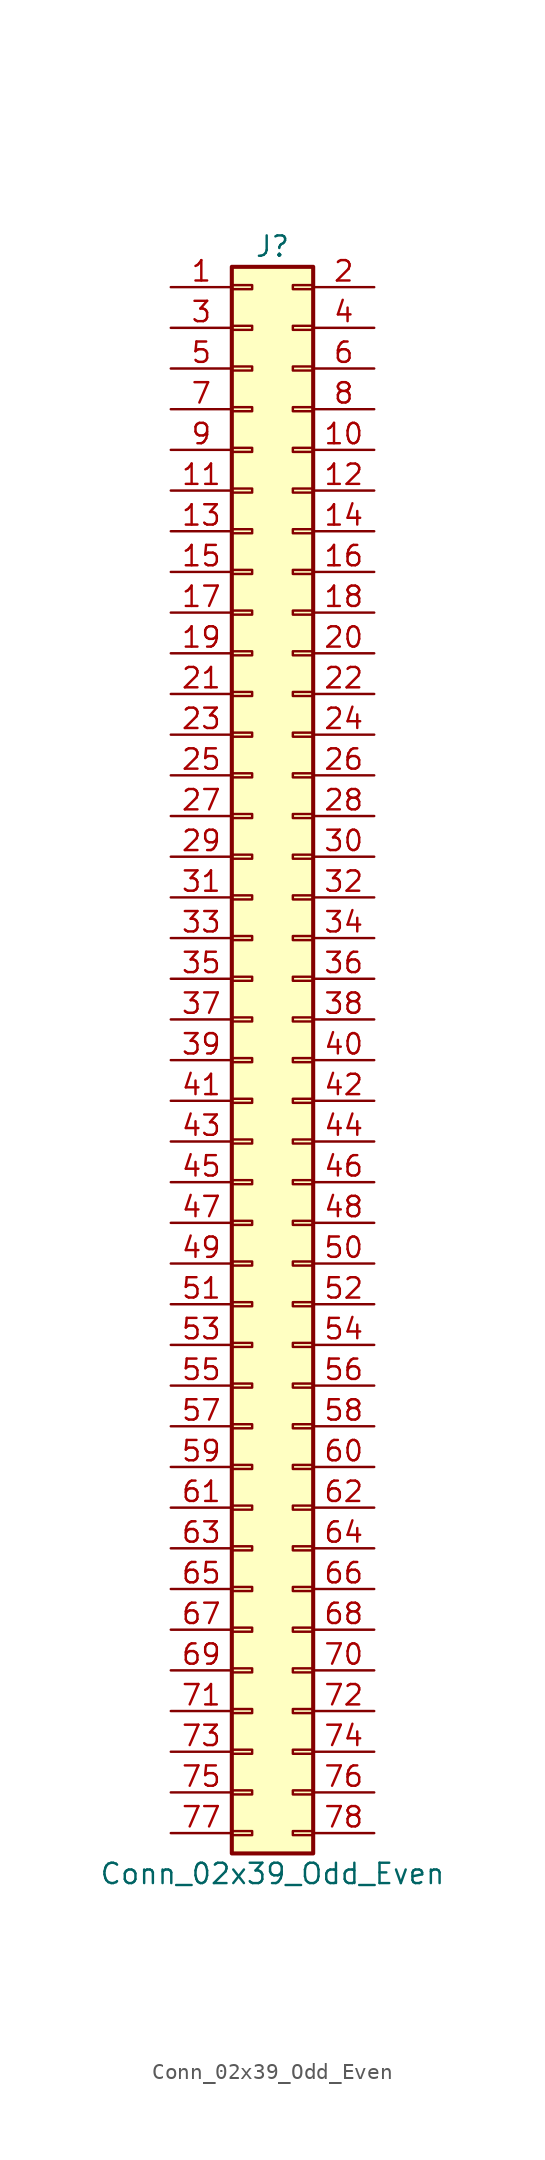
<source format=kicad_sym>
(kicad_symbol_lib
  (version 20201005)
  (generator kicad_symbol_editor)
  (symbol "Conn_02x39_Odd_Even"
    (pin_names
      (offset 1.016) hide)
    (property "Reference" "J"
      (at 1.27 50.8 0)
      (effects (font (size 1.27 1.27))))
    (property "Value" "Conn_02x39_Odd_Even"
      (at 1.27 -50.8 0)
      (effects (font (size 1.27 1.27))))
    (symbol "Conn_02x39_Odd_Even_1_1"
      (rectangle (start -1.27 -48.133) (end 0 -48.387) (stroke (width 0.152)) (fill (type none)))
      (rectangle (start -1.27 -45.593) (end 0 -45.847) (stroke (width 0.152)) (fill (type none)))
      (rectangle (start -1.27 -43.053) (end 0 -43.307) (stroke (width 0.152)) (fill (type none)))
      (rectangle (start -1.27 -40.513) (end 0 -40.767) (stroke (width 0.152)) (fill (type none)))
      (rectangle (start -1.27 -37.973) (end 0 -38.227) (stroke (width 0.152)) (fill (type none)))
      (rectangle (start -1.27 -35.433) (end 0 -35.687) (stroke (width 0.152)) (fill (type none)))
      (rectangle (start -1.27 -32.893) (end 0 -33.147) (stroke (width 0.152)) (fill (type none)))
      (rectangle (start -1.27 -30.353) (end 0 -30.607) (stroke (width 0.152)) (fill (type none)))
      (rectangle (start -1.27 -27.813) (end 0 -28.067) (stroke (width 0.152)) (fill (type none)))
      (rectangle (start -1.27 -25.273) (end 0 -25.527) (stroke (width 0.152)) (fill (type none)))
      (rectangle (start -1.27 -22.733) (end 0 -22.987) (stroke (width 0.152)) (fill (type none)))
      (rectangle (start -1.27 -20.193) (end 0 -20.447) (stroke (width 0.152)) (fill (type none)))
      (rectangle (start -1.27 -17.653) (end 0 -17.907) (stroke (width 0.152)) (fill (type none)))
      (rectangle (start -1.27 -15.113) (end 0 -15.367) (stroke (width 0.152)) (fill (type none)))
      (rectangle (start -1.27 -12.573) (end 0 -12.827) (stroke (width 0.152)) (fill (type none)))
      (rectangle (start -1.27 -10.033) (end 0 -10.287) (stroke (width 0.152)) (fill (type none)))
      (rectangle (start -1.27 -7.493) (end 0 -7.747) (stroke (width 0.152)) (fill (type none)))
      (rectangle (start -1.27 -4.953) (end 0 -5.207) (stroke (width 0.152)) (fill (type none)))
      (rectangle (start -1.27 -2.413) (end 0 -2.667) (stroke (width 0.152)) (fill (type none)))
      (rectangle (start -1.27 0.127) (end 0 -0.127) (stroke (width 0.152)) (fill (type none)))
      (rectangle (start -1.27 2.667) (end 0 2.413) (stroke (width 0.152)) (fill (type none)))
      (rectangle (start -1.27 5.207) (end 0 4.953) (stroke (width 0.152)) (fill (type none)))
      (rectangle (start -1.27 7.747) (end 0 7.493) (stroke (width 0.152)) (fill (type none)))
      (rectangle (start -1.27 10.287) (end 0 10.033) (stroke (width 0.152)) (fill (type none)))
      (rectangle (start -1.27 12.827) (end 0 12.573) (stroke (width 0.152)) (fill (type none)))
      (rectangle (start -1.27 15.367) (end 0 15.113) (stroke (width 0.152)) (fill (type none)))
      (rectangle (start -1.27 17.907) (end 0 17.653) (stroke (width 0.152)) (fill (type none)))
      (rectangle (start -1.27 20.447) (end 0 20.193) (stroke (width 0.152)) (fill (type none)))
      (rectangle (start -1.27 22.987) (end 0 22.733) (stroke (width 0.152)) (fill (type none)))
      (rectangle (start -1.27 25.527) (end 0 25.273) (stroke (width 0.152)) (fill (type none)))
      (rectangle (start -1.27 28.067) (end 0 27.813) (stroke (width 0.152)) (fill (type none)))
      (rectangle (start -1.27 30.607) (end 0 30.353) (stroke (width 0.152)) (fill (type none)))
      (rectangle (start -1.27 33.147) (end 0 32.893) (stroke (width 0.152)) (fill (type none)))
      (rectangle (start -1.27 35.687) (end 0 35.433) (stroke (width 0.152)) (fill (type none)))
      (rectangle (start -1.27 38.227) (end 0 37.973) (stroke (width 0.152)) (fill (type none)))
      (rectangle (start -1.27 40.767) (end 0 40.513) (stroke (width 0.152)) (fill (type none)))
      (rectangle (start -1.27 43.307) (end 0 43.053) (stroke (width 0.152)) (fill (type none)))
      (rectangle (start -1.27 45.847) (end 0 45.593) (stroke (width 0.152)) (fill (type none)))
      (rectangle (start -1.27 48.387) (end 0 48.133) (stroke (width 0.152)) (fill (type none)))
      (rectangle (start -1.27 49.53) (end 3.81 -49.53) (stroke (width 0.254)) (fill (type background)))
      (rectangle (start 3.81 -48.133) (end 2.54 -48.387) (stroke (width 0.152)) (fill (type none)))
      (rectangle (start 3.81 -45.593) (end 2.54 -45.847) (stroke (width 0.152)) (fill (type none)))
      (rectangle (start 3.81 -43.053) (end 2.54 -43.307) (stroke (width 0.152)) (fill (type none)))
      (rectangle (start 3.81 -40.513) (end 2.54 -40.767) (stroke (width 0.152)) (fill (type none)))
      (rectangle (start 3.81 -37.973) (end 2.54 -38.227) (stroke (width 0.152)) (fill (type none)))
      (rectangle (start 3.81 -35.433) (end 2.54 -35.687) (stroke (width 0.152)) (fill (type none)))
      (rectangle (start 3.81 -32.893) (end 2.54 -33.147) (stroke (width 0.152)) (fill (type none)))
      (rectangle (start 3.81 -30.353) (end 2.54 -30.607) (stroke (width 0.152)) (fill (type none)))
      (rectangle (start 3.81 -27.813) (end 2.54 -28.067) (stroke (width 0.152)) (fill (type none)))
      (rectangle (start 3.81 -25.273) (end 2.54 -25.527) (stroke (width 0.152)) (fill (type none)))
      (rectangle (start 3.81 -22.733) (end 2.54 -22.987) (stroke (width 0.152)) (fill (type none)))
      (rectangle (start 3.81 -20.193) (end 2.54 -20.447) (stroke (width 0.152)) (fill (type none)))
      (rectangle (start 3.81 -17.653) (end 2.54 -17.907) (stroke (width 0.152)) (fill (type none)))
      (rectangle (start 3.81 -15.113) (end 2.54 -15.367) (stroke (width 0.152)) (fill (type none)))
      (rectangle (start 3.81 -12.573) (end 2.54 -12.827) (stroke (width 0.152)) (fill (type none)))
      (rectangle (start 3.81 -10.033) (end 2.54 -10.287) (stroke (width 0.152)) (fill (type none)))
      (rectangle (start 3.81 -7.493) (end 2.54 -7.747) (stroke (width 0.152)) (fill (type none)))
      (rectangle (start 3.81 -4.953) (end 2.54 -5.207) (stroke (width 0.152)) (fill (type none)))
      (rectangle (start 3.81 -2.413) (end 2.54 -2.667) (stroke (width 0.152)) (fill (type none)))
      (rectangle (start 3.81 0.127) (end 2.54 -0.127) (stroke (width 0.152)) (fill (type none)))
      (rectangle (start 3.81 2.667) (end 2.54 2.413) (stroke (width 0.152)) (fill (type none)))
      (rectangle (start 3.81 5.207) (end 2.54 4.953) (stroke (width 0.152)) (fill (type none)))
      (rectangle (start 3.81 7.747) (end 2.54 7.493) (stroke (width 0.152)) (fill (type none)))
      (rectangle (start 3.81 10.287) (end 2.54 10.033) (stroke (width 0.152)) (fill (type none)))
      (rectangle (start 3.81 12.827) (end 2.54 12.573) (stroke (width 0.152)) (fill (type none)))
      (rectangle (start 3.81 15.367) (end 2.54 15.113) (stroke (width 0.152)) (fill (type none)))
      (rectangle (start 3.81 17.907) (end 2.54 17.653) (stroke (width 0.152)) (fill (type none)))
      (rectangle (start 3.81 20.447) (end 2.54 20.193) (stroke (width 0.152)) (fill (type none)))
      (rectangle (start 3.81 22.987) (end 2.54 22.733) (stroke (width 0.152)) (fill (type none)))
      (rectangle (start 3.81 25.527) (end 2.54 25.273) (stroke (width 0.152)) (fill (type none)))
      (rectangle (start 3.81 28.067) (end 2.54 27.813) (stroke (width 0.152)) (fill (type none)))
      (rectangle (start 3.81 30.607) (end 2.54 30.353) (stroke (width 0.152)) (fill (type none)))
      (rectangle (start 3.81 33.147) (end 2.54 32.893) (stroke (width 0.152)) (fill (type none)))
      (rectangle (start 3.81 35.687) (end 2.54 35.433) (stroke (width 0.152)) (fill (type none)))
      (rectangle (start 3.81 38.227) (end 2.54 37.973) (stroke (width 0.152)) (fill (type none)))
      (rectangle (start 3.81 40.767) (end 2.54 40.513) (stroke (width 0.152)) (fill (type none)))
      (rectangle (start 3.81 43.307) (end 2.54 43.053) (stroke (width 0.152)) (fill (type none)))
      (rectangle (start 3.81 45.847) (end 2.54 45.593) (stroke (width 0.152)) (fill (type none)))
      (rectangle (start 3.81 48.387) (end 2.54 48.133) (stroke (width 0.152)) (fill (type none)))
      (pin passive line (at -5.08 48.26 0) (length 3.81) (name "Pin_1" (effects (font (size 1.27 1.27)))) (number "1" (effects (font (size 1.27 1.27)))))
      (pin passive line (at 7.62 38.1 180) (length 3.81) (name "Pin_10" (effects (font (size 1.27 1.27)))) (number "10" (effects (font (size 1.27 1.27)))))
      (pin passive line (at -5.08 35.56 0) (length 3.81) (name "Pin_11" (effects (font (size 1.27 1.27)))) (number "11" (effects (font (size 1.27 1.27)))))
      (pin passive line (at 7.62 35.56 180) (length 3.81) (name "Pin_12" (effects (font (size 1.27 1.27)))) (number "12" (effects (font (size 1.27 1.27)))))
      (pin passive line (at -5.08 33.02 0) (length 3.81) (name "Pin_13" (effects (font (size 1.27 1.27)))) (number "13" (effects (font (size 1.27 1.27)))))
      (pin passive line (at 7.62 33.02 180) (length 3.81) (name "Pin_14" (effects (font (size 1.27 1.27)))) (number "14" (effects (font (size 1.27 1.27)))))
      (pin passive line (at -5.08 30.48 0) (length 3.81) (name "Pin_15" (effects (font (size 1.27 1.27)))) (number "15" (effects (font (size 1.27 1.27)))))
      (pin passive line (at 7.62 30.48 180) (length 3.81) (name "Pin_16" (effects (font (size 1.27 1.27)))) (number "16" (effects (font (size 1.27 1.27)))))
      (pin passive line (at -5.08 27.94 0) (length 3.81) (name "Pin_17" (effects (font (size 1.27 1.27)))) (number "17" (effects (font (size 1.27 1.27)))))
      (pin passive line (at 7.62 27.94 180) (length 3.81) (name "Pin_18" (effects (font (size 1.27 1.27)))) (number "18" (effects (font (size 1.27 1.27)))))
      (pin passive line (at -5.08 25.4 0) (length 3.81) (name "Pin_19" (effects (font (size 1.27 1.27)))) (number "19" (effects (font (size 1.27 1.27)))))
      (pin passive line (at 7.62 48.26 180) (length 3.81) (name "Pin_2" (effects (font (size 1.27 1.27)))) (number "2" (effects (font (size 1.27 1.27)))))
      (pin passive line (at 7.62 25.4 180) (length 3.81) (name "Pin_20" (effects (font (size 1.27 1.27)))) (number "20" (effects (font (size 1.27 1.27)))))
      (pin passive line (at -5.08 22.86 0) (length 3.81) (name "Pin_21" (effects (font (size 1.27 1.27)))) (number "21" (effects (font (size 1.27 1.27)))))
      (pin passive line (at 7.62 22.86 180) (length 3.81) (name "Pin_22" (effects (font (size 1.27 1.27)))) (number "22" (effects (font (size 1.27 1.27)))))
      (pin passive line (at -5.08 20.32 0) (length 3.81) (name "Pin_23" (effects (font (size 1.27 1.27)))) (number "23" (effects (font (size 1.27 1.27)))))
      (pin passive line (at 7.62 20.32 180) (length 3.81) (name "Pin_24" (effects (font (size 1.27 1.27)))) (number "24" (effects (font (size 1.27 1.27)))))
      (pin passive line (at -5.08 17.78 0) (length 3.81) (name "Pin_25" (effects (font (size 1.27 1.27)))) (number "25" (effects (font (size 1.27 1.27)))))
      (pin passive line (at 7.62 17.78 180) (length 3.81) (name "Pin_26" (effects (font (size 1.27 1.27)))) (number "26" (effects (font (size 1.27 1.27)))))
      (pin passive line (at -5.08 15.24 0) (length 3.81) (name "Pin_27" (effects (font (size 1.27 1.27)))) (number "27" (effects (font (size 1.27 1.27)))))
      (pin passive line (at 7.62 15.24 180) (length 3.81) (name "Pin_28" (effects (font (size 1.27 1.27)))) (number "28" (effects (font (size 1.27 1.27)))))
      (pin passive line (at -5.08 12.7 0) (length 3.81) (name "Pin_29" (effects (font (size 1.27 1.27)))) (number "29" (effects (font (size 1.27 1.27)))))
      (pin passive line (at -5.08 45.72 0) (length 3.81) (name "Pin_3" (effects (font (size 1.27 1.27)))) (number "3" (effects (font (size 1.27 1.27)))))
      (pin passive line (at 7.62 12.7 180) (length 3.81) (name "Pin_30" (effects (font (size 1.27 1.27)))) (number "30" (effects (font (size 1.27 1.27)))))
      (pin passive line (at -5.08 10.16 0) (length 3.81) (name "Pin_31" (effects (font (size 1.27 1.27)))) (number "31" (effects (font (size 1.27 1.27)))))
      (pin passive line (at 7.62 10.16 180) (length 3.81) (name "Pin_32" (effects (font (size 1.27 1.27)))) (number "32" (effects (font (size 1.27 1.27)))))
      (pin passive line (at -5.08 7.62 0) (length 3.81) (name "Pin_33" (effects (font (size 1.27 1.27)))) (number "33" (effects (font (size 1.27 1.27)))))
      (pin passive line (at 7.62 7.62 180) (length 3.81) (name "Pin_34" (effects (font (size 1.27 1.27)))) (number "34" (effects (font (size 1.27 1.27)))))
      (pin passive line (at -5.08 5.08 0) (length 3.81) (name "Pin_35" (effects (font (size 1.27 1.27)))) (number "35" (effects (font (size 1.27 1.27)))))
      (pin passive line (at 7.62 5.08 180) (length 3.81) (name "Pin_36" (effects (font (size 1.27 1.27)))) (number "36" (effects (font (size 1.27 1.27)))))
      (pin passive line (at -5.08 2.54 0) (length 3.81) (name "Pin_37" (effects (font (size 1.27 1.27)))) (number "37" (effects (font (size 1.27 1.27)))))
      (pin passive line (at 7.62 2.54 180) (length 3.81) (name "Pin_38" (effects (font (size 1.27 1.27)))) (number "38" (effects (font (size 1.27 1.27)))))
      (pin passive line (at -5.08 0 0) (length 3.81) (name "Pin_39" (effects (font (size 1.27 1.27)))) (number "39" (effects (font (size 1.27 1.27)))))
      (pin passive line (at 7.62 45.72 180) (length 3.81) (name "Pin_4" (effects (font (size 1.27 1.27)))) (number "4" (effects (font (size 1.27 1.27)))))
      (pin passive line (at 7.62 0 180) (length 3.81) (name "Pin_40" (effects (font (size 1.27 1.27)))) (number "40" (effects (font (size 1.27 1.27)))))
      (pin passive line (at -5.08 -2.54 0) (length 3.81) (name "Pin_41" (effects (font (size 1.27 1.27)))) (number "41" (effects (font (size 1.27 1.27)))))
      (pin passive line (at 7.62 -2.54 180) (length 3.81) (name "Pin_42" (effects (font (size 1.27 1.27)))) (number "42" (effects (font (size 1.27 1.27)))))
      (pin passive line (at -5.08 -5.08 0) (length 3.81) (name "Pin_43" (effects (font (size 1.27 1.27)))) (number "43" (effects (font (size 1.27 1.27)))))
      (pin passive line (at 7.62 -5.08 180) (length 3.81) (name "Pin_44" (effects (font (size 1.27 1.27)))) (number "44" (effects (font (size 1.27 1.27)))))
      (pin passive line (at -5.08 -7.62 0) (length 3.81) (name "Pin_45" (effects (font (size 1.27 1.27)))) (number "45" (effects (font (size 1.27 1.27)))))
      (pin passive line (at 7.62 -7.62 180) (length 3.81) (name "Pin_46" (effects (font (size 1.27 1.27)))) (number "46" (effects (font (size 1.27 1.27)))))
      (pin passive line (at -5.08 -10.16 0) (length 3.81) (name "Pin_47" (effects (font (size 1.27 1.27)))) (number "47" (effects (font (size 1.27 1.27)))))
      (pin passive line (at 7.62 -10.16 180) (length 3.81) (name "Pin_48" (effects (font (size 1.27 1.27)))) (number "48" (effects (font (size 1.27 1.27)))))
      (pin passive line (at -5.08 -12.7 0) (length 3.81) (name "Pin_49" (effects (font (size 1.27 1.27)))) (number "49" (effects (font (size 1.27 1.27)))))
      (pin passive line (at -5.08 43.18 0) (length 3.81) (name "Pin_5" (effects (font (size 1.27 1.27)))) (number "5" (effects (font (size 1.27 1.27)))))
      (pin passive line (at 7.62 -12.7 180) (length 3.81) (name "Pin_50" (effects (font (size 1.27 1.27)))) (number "50" (effects (font (size 1.27 1.27)))))
      (pin passive line (at -5.08 -15.24 0) (length 3.81) (name "Pin_51" (effects (font (size 1.27 1.27)))) (number "51" (effects (font (size 1.27 1.27)))))
      (pin passive line (at 7.62 -15.24 180) (length 3.81) (name "Pin_52" (effects (font (size 1.27 1.27)))) (number "52" (effects (font (size 1.27 1.27)))))
      (pin passive line (at -5.08 -17.78 0) (length 3.81) (name "Pin_53" (effects (font (size 1.27 1.27)))) (number "53" (effects (font (size 1.27 1.27)))))
      (pin passive line (at 7.62 -17.78 180) (length 3.81) (name "Pin_54" (effects (font (size 1.27 1.27)))) (number "54" (effects (font (size 1.27 1.27)))))
      (pin passive line (at -5.08 -20.32 0) (length 3.81) (name "Pin_55" (effects (font (size 1.27 1.27)))) (number "55" (effects (font (size 1.27 1.27)))))
      (pin passive line (at 7.62 -20.32 180) (length 3.81) (name "Pin_56" (effects (font (size 1.27 1.27)))) (number "56" (effects (font (size 1.27 1.27)))))
      (pin passive line (at -5.08 -22.86 0) (length 3.81) (name "Pin_57" (effects (font (size 1.27 1.27)))) (number "57" (effects (font (size 1.27 1.27)))))
      (pin passive line (at 7.62 -22.86 180) (length 3.81) (name "Pin_58" (effects (font (size 1.27 1.27)))) (number "58" (effects (font (size 1.27 1.27)))))
      (pin passive line (at -5.08 -25.4 0) (length 3.81) (name "Pin_59" (effects (font (size 1.27 1.27)))) (number "59" (effects (font (size 1.27 1.27)))))
      (pin passive line (at 7.62 43.18 180) (length 3.81) (name "Pin_6" (effects (font (size 1.27 1.27)))) (number "6" (effects (font (size 1.27 1.27)))))
      (pin passive line (at 7.62 -25.4 180) (length 3.81) (name "Pin_60" (effects (font (size 1.27 1.27)))) (number "60" (effects (font (size 1.27 1.27)))))
      (pin passive line (at -5.08 -27.94 0) (length 3.81) (name "Pin_61" (effects (font (size 1.27 1.27)))) (number "61" (effects (font (size 1.27 1.27)))))
      (pin passive line (at 7.62 -27.94 180) (length 3.81) (name "Pin_62" (effects (font (size 1.27 1.27)))) (number "62" (effects (font (size 1.27 1.27)))))
      (pin passive line (at -5.08 -30.48 0) (length 3.81) (name "Pin_63" (effects (font (size 1.27 1.27)))) (number "63" (effects (font (size 1.27 1.27)))))
      (pin passive line (at 7.62 -30.48 180) (length 3.81) (name "Pin_64" (effects (font (size 1.27 1.27)))) (number "64" (effects (font (size 1.27 1.27)))))
      (pin passive line (at -5.08 -33.02 0) (length 3.81) (name "Pin_65" (effects (font (size 1.27 1.27)))) (number "65" (effects (font (size 1.27 1.27)))))
      (pin passive line (at 7.62 -33.02 180) (length 3.81) (name "Pin_66" (effects (font (size 1.27 1.27)))) (number "66" (effects (font (size 1.27 1.27)))))
      (pin passive line (at -5.08 -35.56 0) (length 3.81) (name "Pin_67" (effects (font (size 1.27 1.27)))) (number "67" (effects (font (size 1.27 1.27)))))
      (pin passive line (at 7.62 -35.56 180) (length 3.81) (name "Pin_68" (effects (font (size 1.27 1.27)))) (number "68" (effects (font (size 1.27 1.27)))))
      (pin passive line (at -5.08 -38.1 0) (length 3.81) (name "Pin_69" (effects (font (size 1.27 1.27)))) (number "69" (effects (font (size 1.27 1.27)))))
      (pin passive line (at -5.08 40.64 0) (length 3.81) (name "Pin_7" (effects (font (size 1.27 1.27)))) (number "7" (effects (font (size 1.27 1.27)))))
      (pin passive line (at 7.62 -38.1 180) (length 3.81) (name "Pin_70" (effects (font (size 1.27 1.27)))) (number "70" (effects (font (size 1.27 1.27)))))
      (pin passive line (at -5.08 -40.64 0) (length 3.81) (name "Pin_71" (effects (font (size 1.27 1.27)))) (number "71" (effects (font (size 1.27 1.27)))))
      (pin passive line (at 7.62 -40.64 180) (length 3.81) (name "Pin_72" (effects (font (size 1.27 1.27)))) (number "72" (effects (font (size 1.27 1.27)))))
      (pin passive line (at -5.08 -43.18 0) (length 3.81) (name "Pin_73" (effects (font (size 1.27 1.27)))) (number "73" (effects (font (size 1.27 1.27)))))
      (pin passive line (at 7.62 -43.18 180) (length 3.81) (name "Pin_74" (effects (font (size 1.27 1.27)))) (number "74" (effects (font (size 1.27 1.27)))))
      (pin passive line (at -5.08 -45.72 0) (length 3.81) (name "Pin_75" (effects (font (size 1.27 1.27)))) (number "75" (effects (font (size 1.27 1.27)))))
      (pin passive line (at 7.62 -45.72 180) (length 3.81) (name "Pin_76" (effects (font (size 1.27 1.27)))) (number "76" (effects (font (size 1.27 1.27)))))
      (pin passive line (at -5.08 -48.26 0) (length 3.81) (name "Pin_77" (effects (font (size 1.27 1.27)))) (number "77" (effects (font (size 1.27 1.27)))))
      (pin passive line (at 7.62 -48.26 180) (length 3.81) (name "Pin_78" (effects (font (size 1.27 1.27)))) (number "78" (effects (font (size 1.27 1.27)))))
      (pin passive line (at 7.62 40.64 180) (length 3.81) (name "Pin_8" (effects (font (size 1.27 1.27)))) (number "8" (effects (font (size 1.27 1.27)))))
      (pin passive line (at -5.08 38.1 0) (length 3.81) (name "Pin_9" (effects (font (size 1.27 1.27)))) (number "9" (effects (font (size 1.27 1.27))))))))
</source>
